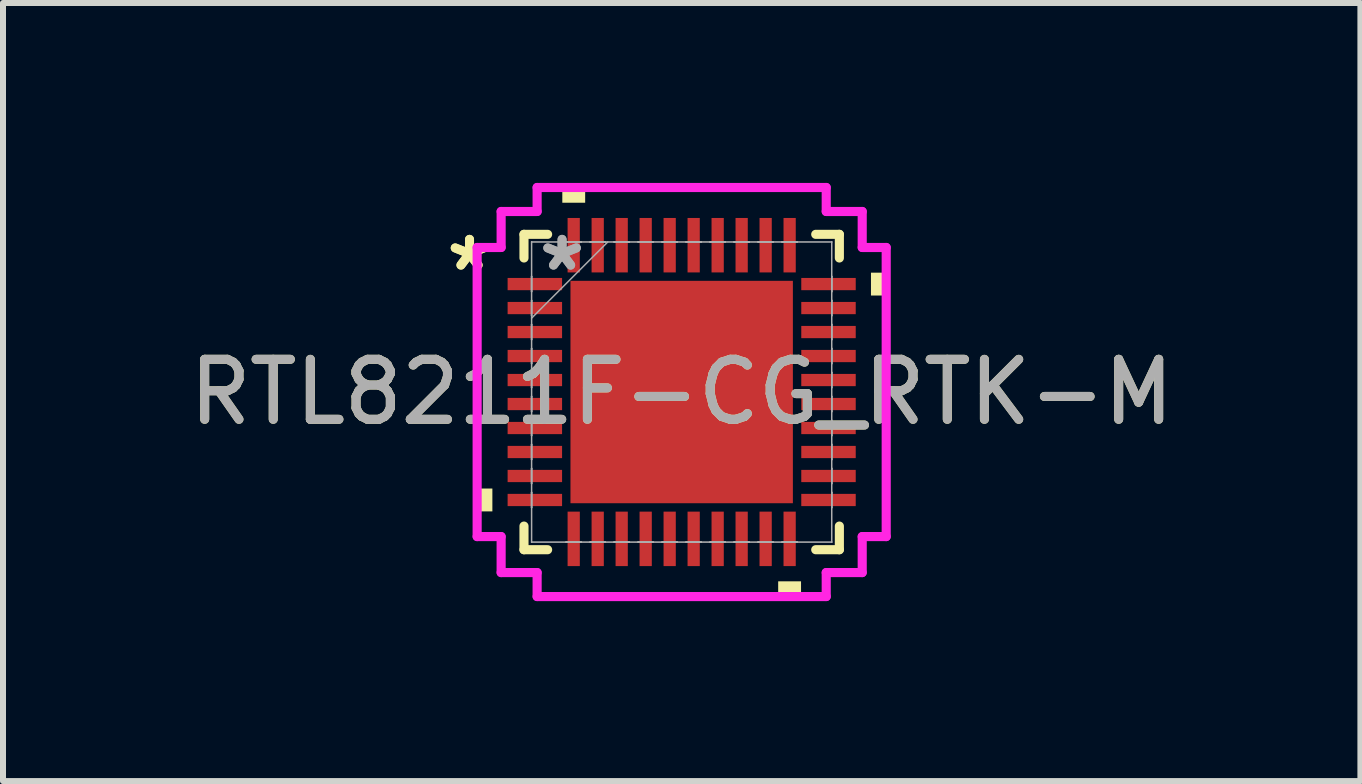
<source format=kicad_pcb>
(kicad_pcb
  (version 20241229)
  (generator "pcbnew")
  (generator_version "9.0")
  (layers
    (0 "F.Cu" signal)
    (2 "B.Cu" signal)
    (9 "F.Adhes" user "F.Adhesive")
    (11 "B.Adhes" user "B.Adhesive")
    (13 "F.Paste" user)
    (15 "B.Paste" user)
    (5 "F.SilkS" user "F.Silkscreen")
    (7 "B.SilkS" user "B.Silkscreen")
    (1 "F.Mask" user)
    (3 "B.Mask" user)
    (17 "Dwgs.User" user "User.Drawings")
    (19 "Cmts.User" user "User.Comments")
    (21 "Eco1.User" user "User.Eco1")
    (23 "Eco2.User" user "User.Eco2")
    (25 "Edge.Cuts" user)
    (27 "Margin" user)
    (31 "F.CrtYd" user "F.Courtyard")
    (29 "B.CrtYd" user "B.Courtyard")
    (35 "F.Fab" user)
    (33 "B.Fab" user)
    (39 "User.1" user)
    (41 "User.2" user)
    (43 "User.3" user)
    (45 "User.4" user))
  (footprint "RTL8211F-CG_RTK-M"
    (layer "F.Cu")
    (at 8.315 3.486)
    (property "Reference" "RTL8211F-CG_RTK-M" (at 0 0 0) (unlocked yes) (layer "F.SilkS") (effects (font (size 1 1) (thickness 0.15))))
    (attr smd)
    (fp_line (start -2.629 -2.629) (end -2.629 -2.235) (stroke (width 0.152) (type solid)) (layer "F.SilkS"))
    (fp_line (start -2.629 2.235) (end -2.629 2.629) (stroke (width 0.152) (type solid)) (layer "F.SilkS"))
    (fp_line (start -2.629 2.629) (end -2.235 2.629) (stroke (width 0.152) (type solid)) (layer "F.SilkS"))
    (fp_line (start -2.235 -2.629) (end -2.629 -2.629) (stroke (width 0.152) (type solid)) (layer "F.SilkS"))
    (fp_line (start 2.235 2.629) (end 2.629 2.629) (stroke (width 0.152) (type solid)) (layer "F.SilkS"))
    (fp_line (start 2.629 -2.629) (end 2.235 -2.629) (stroke (width 0.152) (type solid)) (layer "F.SilkS"))
    (fp_line (start 2.629 -2.235) (end 2.629 -2.629) (stroke (width 0.152) (type solid)) (layer "F.SilkS"))
    (fp_line (start 2.629 2.629) (end 2.629 2.235) (stroke (width 0.152) (type solid)) (layer "F.SilkS"))
    (fp_poly (pts (xy -3.41 1.609) (xy -3.41 1.99) (xy -3.156 1.99) (xy -3.156 1.609)) (stroke (width 0) (type solid)) (fill yes) (layer "F.SilkS"))
    (fp_poly (pts (xy -1.99 -3.156) (xy -1.99 -3.41) (xy -1.609 -3.41) (xy -1.609 -3.156)) (stroke (width 0) (type solid)) (fill yes) (layer "F.SilkS"))
    (fp_poly (pts (xy 1.609 3.156) (xy 1.609 3.41) (xy 1.99 3.41) (xy 1.99 3.156)) (stroke (width 0) (type solid)) (fill yes) (layer "F.SilkS"))
    (fp_poly (pts (xy 3.41 -1.99) (xy 3.41 -1.609) (xy 3.156 -1.609) (xy 3.156 -1.99)) (stroke (width 0) (type solid)) (fill yes) (layer "F.SilkS"))
    (fp_poly (pts (xy -1.754 -1.754) (xy -1.754 -0.1) (xy -0.1 -0.1) (xy -0.1 -1.754)) (stroke (width 0) (type solid)) (fill yes) (layer "F.Paste"))
    (fp_poly (pts (xy -1.754 0.1) (xy -1.754 1.754) (xy -0.1 1.754) (xy -0.1 0.1)) (stroke (width 0) (type solid)) (fill yes) (layer "F.Paste"))
    (fp_poly (pts (xy 0.1 -1.754) (xy 0.1 -0.1) (xy 1.754 -0.1) (xy 1.754 -1.754)) (stroke (width 0) (type solid)) (fill yes) (layer "F.Paste"))
    (fp_poly (pts (xy 0.1 0.1) (xy 0.1 1.754) (xy 1.754 1.754) (xy 1.754 0.1)) (stroke (width 0) (type solid)) (fill yes) (layer "F.Paste"))
    (fp_line (start -3.41 -2.41) (end -3.01 -2.41) (stroke (width 0.152) (type solid)) (layer "F.CrtYd"))
    (fp_line (start -3.41 2.41) (end -3.41 -2.41) (stroke (width 0.152) (type solid)) (layer "F.CrtYd"))
    (fp_line (start -3.01 -3.01) (end -2.41 -3.01) (stroke (width 0.152) (type solid)) (layer "F.CrtYd"))
    (fp_line (start -3.01 -2.41) (end -3.01 -3.01) (stroke (width 0.152) (type solid)) (layer "F.CrtYd"))
    (fp_line (start -3.01 2.41) (end -3.41 2.41) (stroke (width 0.152) (type solid)) (layer "F.CrtYd"))
    (fp_line (start -3.01 3.01) (end -3.01 2.41) (stroke (width 0.152) (type solid)) (layer "F.CrtYd"))
    (fp_line (start -2.41 -3.41) (end 2.41 -3.41) (stroke (width 0.152) (type solid)) (layer "F.CrtYd"))
    (fp_line (start -2.41 -3.01) (end -2.41 -3.41) (stroke (width 0.152) (type solid)) (layer "F.CrtYd"))
    (fp_line (start -2.41 3.01) (end -3.01 3.01) (stroke (width 0.152) (type solid)) (layer "F.CrtYd"))
    (fp_line (start -2.41 3.41) (end -2.41 3.01) (stroke (width 0.152) (type solid)) (layer "F.CrtYd"))
    (fp_line (start 2.41 -3.41) (end 2.41 -3.01) (stroke (width 0.152) (type solid)) (layer "F.CrtYd"))
    (fp_line (start 2.41 -3.01) (end 3.01 -3.01) (stroke (width 0.152) (type solid)) (layer "F.CrtYd"))
    (fp_line (start 2.41 3.01) (end 2.41 3.41) (stroke (width 0.152) (type solid)) (layer "F.CrtYd"))
    (fp_line (start 2.41 3.41) (end -2.41 3.41) (stroke (width 0.152) (type solid)) (layer "F.CrtYd"))
    (fp_line (start 3.01 -3.01) (end 3.01 -2.41) (stroke (width 0.152) (type solid)) (layer "F.CrtYd"))
    (fp_line (start 3.01 -2.41) (end 3.41 -2.41) (stroke (width 0.152) (type solid)) (layer "F.CrtYd"))
    (fp_line (start 3.01 2.41) (end 3.01 3.01) (stroke (width 0.152) (type solid)) (layer "F.CrtYd"))
    (fp_line (start 3.01 3.01) (end 2.41 3.01) (stroke (width 0.152) (type solid)) (layer "F.CrtYd"))
    (fp_line (start 3.41 -2.41) (end 3.41 2.41) (stroke (width 0.152) (type solid)) (layer "F.CrtYd"))
    (fp_line (start 3.41 2.41) (end 3.01 2.41) (stroke (width 0.152) (type solid)) (layer "F.CrtYd"))
    (fp_line (start -2.502 -2.502) (end -2.502 -2.502) (stroke (width 0.025) (type solid)) (layer "F.Fab"))
    (fp_line (start -2.502 -2.502) (end -2.502 2.502) (stroke (width 0.025) (type solid)) (layer "F.Fab"))
    (fp_line (start -2.502 -1.927) (end -2.502 -1.927) (stroke (width 0.025) (type solid)) (layer "F.Fab"))
    (fp_line (start -2.502 -1.927) (end -2.502 -1.673) (stroke (width 0.025) (type solid)) (layer "F.Fab"))
    (fp_line (start -2.502 -1.673) (end -2.502 -1.927) (stroke (width 0.025) (type solid)) (layer "F.Fab"))
    (fp_line (start -2.502 -1.673) (end -2.502 -1.673) (stroke (width 0.025) (type solid)) (layer "F.Fab"))
    (fp_line (start -2.502 -1.527) (end -2.502 -1.527) (stroke (width 0.025) (type solid)) (layer "F.Fab"))
    (fp_line (start -2.502 -1.527) (end -2.502 -1.273) (stroke (width 0.025) (type solid)) (layer "F.Fab"))
    (fp_line (start -2.502 -1.273) (end -2.502 -1.527) (stroke (width 0.025) (type solid)) (layer "F.Fab"))
    (fp_line (start -2.502 -1.273) (end -2.502 -1.273) (stroke (width 0.025) (type solid)) (layer "F.Fab"))
    (fp_line (start -2.502 -1.232) (end -1.232 -2.502) (stroke (width 0.025) (type solid)) (layer "F.Fab"))
    (fp_line (start -2.502 -1.127) (end -2.502 -1.127) (stroke (width 0.025) (type solid)) (layer "F.Fab"))
    (fp_line (start -2.502 -1.127) (end -2.502 -0.873) (stroke (width 0.025) (type solid)) (layer "F.Fab"))
    (fp_line (start -2.502 -0.873) (end -2.502 -1.127) (stroke (width 0.025) (type solid)) (layer "F.Fab"))
    (fp_line (start -2.502 -0.873) (end -2.502 -0.873) (stroke (width 0.025) (type solid)) (layer "F.Fab"))
    (fp_line (start -2.502 -0.727) (end -2.502 -0.727) (stroke (width 0.025) (type solid)) (layer "F.Fab"))
    (fp_line (start -2.502 -0.727) (end -2.502 -0.473) (stroke (width 0.025) (type solid)) (layer "F.Fab"))
    (fp_line (start -2.502 -0.473) (end -2.502 -0.727) (stroke (width 0.025) (type solid)) (layer "F.Fab"))
    (fp_line (start -2.502 -0.473) (end -2.502 -0.473) (stroke (width 0.025) (type solid)) (layer "F.Fab"))
    (fp_line (start -2.502 -0.327) (end -2.502 -0.327) (stroke (width 0.025) (type solid)) (layer "F.Fab"))
    (fp_line (start -2.502 -0.327) (end -2.502 -0.073) (stroke (width 0.025) (type solid)) (layer "F.Fab"))
    (fp_line (start -2.502 -0.073) (end -2.502 -0.327) (stroke (width 0.025) (type solid)) (layer "F.Fab"))
    (fp_line (start -2.502 -0.073) (end -2.502 -0.073) (stroke (width 0.025) (type solid)) (layer "F.Fab"))
    (fp_line (start -2.502 0.073) (end -2.502 0.073) (stroke (width 0.025) (type solid)) (layer "F.Fab"))
    (fp_line (start -2.502 0.073) (end -2.502 0.327) (stroke (width 0.025) (type solid)) (layer "F.Fab"))
    (fp_line (start -2.502 0.327) (end -2.502 0.073) (stroke (width 0.025) (type solid)) (layer "F.Fab"))
    (fp_line (start -2.502 0.327) (end -2.502 0.327) (stroke (width 0.025) (type solid)) (layer "F.Fab"))
    (fp_line (start -2.502 0.473) (end -2.502 0.473) (stroke (width 0.025) (type solid)) (layer "F.Fab"))
    (fp_line (start -2.502 0.473) (end -2.502 0.727) (stroke (width 0.025) (type solid)) (layer "F.Fab"))
    (fp_line (start -2.502 0.727) (end -2.502 0.473) (stroke (width 0.025) (type solid)) (layer "F.Fab"))
    (fp_line (start -2.502 0.727) (end -2.502 0.727) (stroke (width 0.025) (type solid)) (layer "F.Fab"))
    (fp_line (start -2.502 0.873) (end -2.502 0.873) (stroke (width 0.025) (type solid)) (layer "F.Fab"))
    (fp_line (start -2.502 0.873) (end -2.502 1.127) (stroke (width 0.025) (type solid)) (layer "F.Fab"))
    (fp_line (start -2.502 1.127) (end -2.502 0.873) (stroke (width 0.025) (type solid)) (layer "F.Fab"))
    (fp_line (start -2.502 1.127) (end -2.502 1.127) (stroke (width 0.025) (type solid)) (layer "F.Fab"))
    (fp_line (start -2.502 1.273) (end -2.502 1.273) (stroke (width 0.025) (type solid)) (layer "F.Fab"))
    (fp_line (start -2.502 1.273) (end -2.502 1.527) (stroke (width 0.025) (type solid)) (layer "F.Fab"))
    (fp_line (start -2.502 1.527) (end -2.502 1.273) (stroke (width 0.025) (type solid)) (layer "F.Fab"))
    (fp_line (start -2.502 1.527) (end -2.502 1.527) (stroke (width 0.025) (type solid)) (layer "F.Fab"))
    (fp_line (start -2.502 1.673) (end -2.502 1.673) (stroke (width 0.025) (type solid)) (layer "F.Fab"))
    (fp_line (start -2.502 1.673) (end -2.502 1.927) (stroke (width 0.025) (type solid)) (layer "F.Fab"))
    (fp_line (start -2.502 1.927) (end -2.502 1.673) (stroke (width 0.025) (type solid)) (layer "F.Fab"))
    (fp_line (start -2.502 1.927) (end -2.502 1.927) (stroke (width 0.025) (type solid)) (layer "F.Fab"))
    (fp_line (start -2.502 2.502) (end -2.502 2.502) (stroke (width 0.025) (type solid)) (layer "F.Fab"))
    (fp_line (start -2.502 2.502) (end 2.502 2.502) (stroke (width 0.025) (type solid)) (layer "F.Fab"))
    (fp_line (start -1.927 -2.502) (end -1.927 -2.502) (stroke (width 0.025) (type solid)) (layer "F.Fab"))
    (fp_line (start -1.927 -2.502) (end -1.673 -2.502) (stroke (width 0.025) (type solid)) (layer "F.Fab"))
    (fp_line (start -1.927 2.502) (end -1.927 2.502) (stroke (width 0.025) (type solid)) (layer "F.Fab"))
    (fp_line (start -1.927 2.502) (end -1.673 2.502) (stroke (width 0.025) (type solid)) (layer "F.Fab"))
    (fp_line (start -1.673 -2.502) (end -1.927 -2.502) (stroke (width 0.025) (type solid)) (layer "F.Fab"))
    (fp_line (start -1.673 -2.502) (end -1.673 -2.502) (stroke (width 0.025) (type solid)) (layer "F.Fab"))
    (fp_line (start -1.673 2.502) (end -1.927 2.502) (stroke (width 0.025) (type solid)) (layer "F.Fab"))
    (fp_line (start -1.673 2.502) (end -1.673 2.502) (stroke (width 0.025) (type solid)) (layer "F.Fab"))
    (fp_line (start -1.527 -2.502) (end -1.527 -2.502) (stroke (width 0.025) (type solid)) (layer "F.Fab"))
    (fp_line (start -1.527 -2.502) (end -1.273 -2.502) (stroke (width 0.025) (type solid)) (layer "F.Fab"))
    (fp_line (start -1.527 2.502) (end -1.527 2.502) (stroke (width 0.025) (type solid)) (layer "F.Fab"))
    (fp_line (start -1.527 2.502) (end -1.273 2.502) (stroke (width 0.025) (type solid)) (layer "F.Fab"))
    (fp_line (start -1.273 -2.502) (end -1.527 -2.502) (stroke (width 0.025) (type solid)) (layer "F.Fab"))
    (fp_line (start -1.273 -2.502) (end -1.273 -2.502) (stroke (width 0.025) (type solid)) (layer "F.Fab"))
    (fp_line (start -1.273 2.502) (end -1.527 2.502) (stroke (width 0.025) (type solid)) (layer "F.Fab"))
    (fp_line (start -1.273 2.502) (end -1.273 2.502) (stroke (width 0.025) (type solid)) (layer "F.Fab"))
    (fp_line (start -1.127 -2.502) (end -1.127 -2.502) (stroke (width 0.025) (type solid)) (layer "F.Fab"))
    (fp_line (start -1.127 -2.502) (end -0.873 -2.502) (stroke (width 0.025) (type solid)) (layer "F.Fab"))
    (fp_line (start -1.127 2.502) (end -1.127 2.502) (stroke (width 0.025) (type solid)) (layer "F.Fab"))
    (fp_line (start -1.127 2.502) (end -0.873 2.502) (stroke (width 0.025) (type solid)) (layer "F.Fab"))
    (fp_line (start -0.873 -2.502) (end -1.127 -2.502) (stroke (width 0.025) (type solid)) (layer "F.Fab"))
    (fp_line (start -0.873 -2.502) (end -0.873 -2.502) (stroke (width 0.025) (type solid)) (layer "F.Fab"))
    (fp_line (start -0.873 2.502) (end -1.127 2.502) (stroke (width 0.025) (type solid)) (layer "F.Fab"))
    (fp_line (start -0.873 2.502) (end -0.873 2.502) (stroke (width 0.025) (type solid)) (layer "F.Fab"))
    (fp_line (start -0.727 -2.502) (end -0.727 -2.502) (stroke (width 0.025) (type solid)) (layer "F.Fab"))
    (fp_line (start -0.727 -2.502) (end -0.473 -2.502) (stroke (width 0.025) (type solid)) (layer "F.Fab"))
    (fp_line (start -0.727 2.502) (end -0.727 2.502) (stroke (width 0.025) (type solid)) (layer "F.Fab"))
    (fp_line (start -0.727 2.502) (end -0.473 2.502) (stroke (width 0.025) (type solid)) (layer "F.Fab"))
    (fp_line (start -0.473 -2.502) (end -0.727 -2.502) (stroke (width 0.025) (type solid)) (layer "F.Fab"))
    (fp_line (start -0.473 -2.502) (end -0.473 -2.502) (stroke (width 0.025) (type solid)) (layer "F.Fab"))
    (fp_line (start -0.473 2.502) (end -0.727 2.502) (stroke (width 0.025) (type solid)) (layer "F.Fab"))
    (fp_line (start -0.473 2.502) (end -0.473 2.502) (stroke (width 0.025) (type solid)) (layer "F.Fab"))
    (fp_line (start -0.327 -2.502) (end -0.327 -2.502) (stroke (width 0.025) (type solid)) (layer "F.Fab"))
    (fp_line (start -0.327 -2.502) (end -0.073 -2.502) (stroke (width 0.025) (type solid)) (layer "F.Fab"))
    (fp_line (start -0.327 2.502) (end -0.327 2.502) (stroke (width 0.025) (type solid)) (layer "F.Fab"))
    (fp_line (start -0.327 2.502) (end -0.073 2.502) (stroke (width 0.025) (type solid)) (layer "F.Fab"))
    (fp_line (start -0.073 -2.502) (end -0.327 -2.502) (stroke (width 0.025) (type solid)) (layer "F.Fab"))
    (fp_line (start -0.073 -2.502) (end -0.073 -2.502) (stroke (width 0.025) (type solid)) (layer "F.Fab"))
    (fp_line (start -0.073 2.502) (end -0.327 2.502) (stroke (width 0.025) (type solid)) (layer "F.Fab"))
    (fp_line (start -0.073 2.502) (end -0.073 2.502) (stroke (width 0.025) (type solid)) (layer "F.Fab"))
    (fp_line (start 0.073 -2.502) (end 0.073 -2.502) (stroke (width 0.025) (type solid)) (layer "F.Fab"))
    (fp_line (start 0.073 -2.502) (end 0.327 -2.502) (stroke (width 0.025) (type solid)) (layer "F.Fab"))
    (fp_line (start 0.073 2.502) (end 0.073 2.502) (stroke (width 0.025) (type solid)) (layer "F.Fab"))
    (fp_line (start 0.073 2.502) (end 0.327 2.502) (stroke (width 0.025) (type solid)) (layer "F.Fab"))
    (fp_line (start 0.327 -2.502) (end 0.073 -2.502) (stroke (width 0.025) (type solid)) (layer "F.Fab"))
    (fp_line (start 0.327 -2.502) (end 0.327 -2.502) (stroke (width 0.025) (type solid)) (layer "F.Fab"))
    (fp_line (start 0.327 2.502) (end 0.073 2.502) (stroke (width 0.025) (type solid)) (layer "F.Fab"))
    (fp_line (start 0.327 2.502) (end 0.327 2.502) (stroke (width 0.025) (type solid)) (layer "F.Fab"))
    (fp_line (start 0.473 -2.502) (end 0.473 -2.502) (stroke (width 0.025) (type solid)) (layer "F.Fab"))
    (fp_line (start 0.473 -2.502) (end 0.727 -2.502) (stroke (width 0.025) (type solid)) (layer "F.Fab"))
    (fp_line (start 0.473 2.502) (end 0.473 2.502) (stroke (width 0.025) (type solid)) (layer "F.Fab"))
    (fp_line (start 0.473 2.502) (end 0.727 2.502) (stroke (width 0.025) (type solid)) (layer "F.Fab"))
    (fp_line (start 0.727 -2.502) (end 0.473 -2.502) (stroke (width 0.025) (type solid)) (layer "F.Fab"))
    (fp_line (start 0.727 -2.502) (end 0.727 -2.502) (stroke (width 0.025) (type solid)) (layer "F.Fab"))
    (fp_line (start 0.727 2.502) (end 0.473 2.502) (stroke (width 0.025) (type solid)) (layer "F.Fab"))
    (fp_line (start 0.727 2.502) (end 0.727 2.502) (stroke (width 0.025) (type solid)) (layer "F.Fab"))
    (fp_line (start 0.873 -2.502) (end 0.873 -2.502) (stroke (width 0.025) (type solid)) (layer "F.Fab"))
    (fp_line (start 0.873 -2.502) (end 1.127 -2.502) (stroke (width 0.025) (type solid)) (layer "F.Fab"))
    (fp_line (start 0.873 2.502) (end 0.873 2.502) (stroke (width 0.025) (type solid)) (layer "F.Fab"))
    (fp_line (start 0.873 2.502) (end 1.127 2.502) (stroke (width 0.025) (type solid)) (layer "F.Fab"))
    (fp_line (start 1.127 -2.502) (end 0.873 -2.502) (stroke (width 0.025) (type solid)) (layer "F.Fab"))
    (fp_line (start 1.127 -2.502) (end 1.127 -2.502) (stroke (width 0.025) (type solid)) (layer "F.Fab"))
    (fp_line (start 1.127 2.502) (end 0.873 2.502) (stroke (width 0.025) (type solid)) (layer "F.Fab"))
    (fp_line (start 1.127 2.502) (end 1.127 2.502) (stroke (width 0.025) (type solid)) (layer "F.Fab"))
    (fp_line (start 1.273 -2.502) (end 1.273 -2.502) (stroke (width 0.025) (type solid)) (layer "F.Fab"))
    (fp_line (start 1.273 -2.502) (end 1.527 -2.502) (stroke (width 0.025) (type solid)) (layer "F.Fab"))
    (fp_line (start 1.273 2.502) (end 1.273 2.502) (stroke (width 0.025) (type solid)) (layer "F.Fab"))
    (fp_line (start 1.273 2.502) (end 1.527 2.502) (stroke (width 0.025) (type solid)) (layer "F.Fab"))
    (fp_line (start 1.527 -2.502) (end 1.273 -2.502) (stroke (width 0.025) (type solid)) (layer "F.Fab"))
    (fp_line (start 1.527 -2.502) (end 1.527 -2.502) (stroke (width 0.025) (type solid)) (layer "F.Fab"))
    (fp_line (start 1.527 2.502) (end 1.273 2.502) (stroke (width 0.025) (type solid)) (layer "F.Fab"))
    (fp_line (start 1.527 2.502) (end 1.527 2.502) (stroke (width 0.025) (type solid)) (layer "F.Fab"))
    (fp_line (start 1.673 -2.502) (end 1.673 -2.502) (stroke (width 0.025) (type solid)) (layer "F.Fab"))
    (fp_line (start 1.673 -2.502) (end 1.927 -2.502) (stroke (width 0.025) (type solid)) (layer "F.Fab"))
    (fp_line (start 1.673 2.502) (end 1.673 2.502) (stroke (width 0.025) (type solid)) (layer "F.Fab"))
    (fp_line (start 1.673 2.502) (end 1.927 2.502) (stroke (width 0.025) (type solid)) (layer "F.Fab"))
    (fp_line (start 1.927 -2.502) (end 1.673 -2.502) (stroke (width 0.025) (type solid)) (layer "F.Fab"))
    (fp_line (start 1.927 -2.502) (end 1.927 -2.502) (stroke (width 0.025) (type solid)) (layer "F.Fab"))
    (fp_line (start 1.927 2.502) (end 1.673 2.502) (stroke (width 0.025) (type solid)) (layer "F.Fab"))
    (fp_line (start 1.927 2.502) (end 1.927 2.502) (stroke (width 0.025) (type solid)) (layer "F.Fab"))
    (fp_line (start 2.502 -2.502) (end -2.502 -2.502) (stroke (width 0.025) (type solid)) (layer "F.Fab"))
    (fp_line (start 2.502 -2.502) (end 2.502 -2.502) (stroke (width 0.025) (type solid)) (layer "F.Fab"))
    (fp_line (start 2.502 -1.927) (end 2.502 -1.927) (stroke (width 0.025) (type solid)) (layer "F.Fab"))
    (fp_line (start 2.502 -1.927) (end 2.502 -1.673) (stroke (width 0.025) (type solid)) (layer "F.Fab"))
    (fp_line (start 2.502 -1.673) (end 2.502 -1.927) (stroke (width 0.025) (type solid)) (layer "F.Fab"))
    (fp_line (start 2.502 -1.673) (end 2.502 -1.673) (stroke (width 0.025) (type solid)) (layer "F.Fab"))
    (fp_line (start 2.502 -1.527) (end 2.502 -1.527) (stroke (width 0.025) (type solid)) (layer "F.Fab"))
    (fp_line (start 2.502 -1.527) (end 2.502 -1.273) (stroke (width 0.025) (type solid)) (layer "F.Fab"))
    (fp_line (start 2.502 -1.273) (end 2.502 -1.527) (stroke (width 0.025) (type solid)) (layer "F.Fab"))
    (fp_line (start 2.502 -1.273) (end 2.502 -1.273) (stroke (width 0.025) (type solid)) (layer "F.Fab"))
    (fp_line (start 2.502 -1.127) (end 2.502 -1.127) (stroke (width 0.025) (type solid)) (layer "F.Fab"))
    (fp_line (start 2.502 -1.127) (end 2.502 -0.873) (stroke (width 0.025) (type solid)) (layer "F.Fab"))
    (fp_line (start 2.502 -0.873) (end 2.502 -1.127) (stroke (width 0.025) (type solid)) (layer "F.Fab"))
    (fp_line (start 2.502 -0.873) (end 2.502 -0.873) (stroke (width 0.025) (type solid)) (layer "F.Fab"))
    (fp_line (start 2.502 -0.727) (end 2.502 -0.727) (stroke (width 0.025) (type solid)) (layer "F.Fab"))
    (fp_line (start 2.502 -0.727) (end 2.502 -0.473) (stroke (width 0.025) (type solid)) (layer "F.Fab"))
    (fp_line (start 2.502 -0.473) (end 2.502 -0.727) (stroke (width 0.025) (type solid)) (layer "F.Fab"))
    (fp_line (start 2.502 -0.473) (end 2.502 -0.473) (stroke (width 0.025) (type solid)) (layer "F.Fab"))
    (fp_line (start 2.502 -0.327) (end 2.502 -0.327) (stroke (width 0.025) (type solid)) (layer "F.Fab"))
    (fp_line (start 2.502 -0.327) (end 2.502 -0.073) (stroke (width 0.025) (type solid)) (layer "F.Fab"))
    (fp_line (start 2.502 -0.073) (end 2.502 -0.327) (stroke (width 0.025) (type solid)) (layer "F.Fab"))
    (fp_line (start 2.502 -0.073) (end 2.502 -0.073) (stroke (width 0.025) (type solid)) (layer "F.Fab"))
    (fp_line (start 2.502 0.073) (end 2.502 0.073) (stroke (width 0.025) (type solid)) (layer "F.Fab"))
    (fp_line (start 2.502 0.073) (end 2.502 0.327) (stroke (width 0.025) (type solid)) (layer "F.Fab"))
    (fp_line (start 2.502 0.327) (end 2.502 0.073) (stroke (width 0.025) (type solid)) (layer "F.Fab"))
    (fp_line (start 2.502 0.327) (end 2.502 0.327) (stroke (width 0.025) (type solid)) (layer "F.Fab"))
    (fp_line (start 2.502 0.473) (end 2.502 0.473) (stroke (width 0.025) (type solid)) (layer "F.Fab"))
    (fp_line (start 2.502 0.473) (end 2.502 0.727) (stroke (width 0.025) (type solid)) (layer "F.Fab"))
    (fp_line (start 2.502 0.727) (end 2.502 0.473) (stroke (width 0.025) (type solid)) (layer "F.Fab"))
    (fp_line (start 2.502 0.727) (end 2.502 0.727) (stroke (width 0.025) (type solid)) (layer "F.Fab"))
    (fp_line (start 2.502 0.873) (end 2.502 0.873) (stroke (width 0.025) (type solid)) (layer "F.Fab"))
    (fp_line (start 2.502 0.873) (end 2.502 1.127) (stroke (width 0.025) (type solid)) (layer "F.Fab"))
    (fp_line (start 2.502 1.127) (end 2.502 0.873) (stroke (width 0.025) (type solid)) (layer "F.Fab"))
    (fp_line (start 2.502 1.127) (end 2.502 1.127) (stroke (width 0.025) (type solid)) (layer "F.Fab"))
    (fp_line (start 2.502 1.273) (end 2.502 1.273) (stroke (width 0.025) (type solid)) (layer "F.Fab"))
    (fp_line (start 2.502 1.273) (end 2.502 1.527) (stroke (width 0.025) (type solid)) (layer "F.Fab"))
    (fp_line (start 2.502 1.527) (end 2.502 1.273) (stroke (width 0.025) (type solid)) (layer "F.Fab"))
    (fp_line (start 2.502 1.527) (end 2.502 1.527) (stroke (width 0.025) (type solid)) (layer "F.Fab"))
    (fp_line (start 2.502 1.673) (end 2.502 1.673) (stroke (width 0.025) (type solid)) (layer "F.Fab"))
    (fp_line (start 2.502 1.673) (end 2.502 1.927) (stroke (width 0.025) (type solid)) (layer "F.Fab"))
    (fp_line (start 2.502 1.927) (end 2.502 1.673) (stroke (width 0.025) (type solid)) (layer "F.Fab"))
    (fp_line (start 2.502 1.927) (end 2.502 1.927) (stroke (width 0.025) (type solid)) (layer "F.Fab"))
    (fp_line (start 2.502 2.502) (end 2.502 -2.502) (stroke (width 0.025) (type solid)) (layer "F.Fab"))
    (fp_line (start 2.502 2.502) (end 2.502 2.502) (stroke (width 0.025) (type solid)) (layer "F.Fab"))
    (fp_text user "*" (at -3.537 -2 0) (layer "F.SilkS") (effects (font (size 1 1) (thickness 0.15))))
    (fp_text user "*" (at -3.537 -2 0) (unlocked yes) (layer "F.SilkS") (effects (font (size 1 1) (thickness 0.15))))
    (fp_text user "*" (at -1.994 -2 0) (layer "F.Fab") (effects (font (size 1 1) (thickness 0.15))))
    (fp_text user "${REFERENCE}" (at 0 0 0) (unlocked yes) (layer "F.Fab") (effects (font (size 1 1) (thickness 0.15))))
    (fp_text user "*" (at -1.994 -2 0) (unlocked yes) (layer "F.Fab") (effects (font (size 1 1) (thickness 0.15))))
    (pad "1" smd rect (at -2.448 -1.8 90) (size 0.204 0.908) (layers "F.Cu" "F.Mask" "F.Paste"))
    (pad "2" smd rect (at -2.448 -1.4 90) (size 0.204 0.908) (layers "F.Cu" "F.Mask" "F.Paste"))
    (pad "3" smd rect (at -2.448 -1 90) (size 0.204 0.908) (layers "F.Cu" "F.Mask" "F.Paste"))
    (pad "4" smd rect (at -2.448 -0.6 90) (size 0.204 0.908) (layers "F.Cu" "F.Mask" "F.Paste"))
    (pad "5" smd rect (at -2.448 -0.2 90) (size 0.204 0.908) (layers "F.Cu" "F.Mask" "F.Paste"))
    (pad "6" smd rect (at -2.448 0.2 90) (size 0.204 0.908) (layers "F.Cu" "F.Mask" "F.Paste"))
    (pad "7" smd rect (at -2.448 0.6 90) (size 0.204 0.908) (layers "F.Cu" "F.Mask" "F.Paste"))
    (pad "8" smd rect (at -2.448 1 90) (size 0.204 0.908) (layers "F.Cu" "F.Mask" "F.Paste"))
    (pad "9" smd rect (at -2.448 1.4 90) (size 0.204 0.908) (layers "F.Cu" "F.Mask" "F.Paste"))
    (pad "10" smd rect (at -2.448 1.8 90) (size 0.204 0.908) (layers "F.Cu" "F.Mask" "F.Paste"))
    (pad "11" smd rect (at -1.8 2.448) (size 0.204 0.908) (layers "F.Cu" "F.Mask" "F.Paste"))
    (pad "12" smd rect (at -1.4 2.448) (size 0.204 0.908) (layers "F.Cu" "F.Mask" "F.Paste"))
    (pad "13" smd rect (at -1 2.448) (size 0.204 0.908) (layers "F.Cu" "F.Mask" "F.Paste"))
    (pad "14" smd rect (at -0.6 2.448) (size 0.204 0.908) (layers "F.Cu" "F.Mask" "F.Paste"))
    (pad "15" smd rect (at -0.2 2.448) (size 0.204 0.908) (layers "F.Cu" "F.Mask" "F.Paste"))
    (pad "16" smd rect (at 0.2 2.448) (size 0.204 0.908) (layers "F.Cu" "F.Mask" "F.Paste"))
    (pad "17" smd rect (at 0.6 2.448) (size 0.204 0.908) (layers "F.Cu" "F.Mask" "F.Paste"))
    (pad "18" smd rect (at 1 2.448) (size 0.204 0.908) (layers "F.Cu" "F.Mask" "F.Paste"))
    (pad "19" smd rect (at 1.4 2.448) (size 0.204 0.908) (layers "F.Cu" "F.Mask" "F.Paste"))
    (pad "20" smd rect (at 1.8 2.448) (size 0.204 0.908) (layers "F.Cu" "F.Mask" "F.Paste"))
    (pad "21" smd rect (at 2.448 1.8 90) (size 0.204 0.908) (layers "F.Cu" "F.Mask" "F.Paste"))
    (pad "22" smd rect (at 2.448 1.4 90) (size 0.204 0.908) (layers "F.Cu" "F.Mask" "F.Paste"))
    (pad "23" smd rect (at 2.448 1 90) (size 0.204 0.908) (layers "F.Cu" "F.Mask" "F.Paste"))
    (pad "24" smd rect (at 2.448 0.6 90) (size 0.204 0.908) (layers "F.Cu" "F.Mask" "F.Paste"))
    (pad "25" smd rect (at 2.448 0.2 90) (size 0.204 0.908) (layers "F.Cu" "F.Mask" "F.Paste"))
    (pad "26" smd rect (at 2.448 -0.2 90) (size 0.204 0.908) (layers "F.Cu" "F.Mask" "F.Paste"))
    (pad "27" smd rect (at 2.448 -0.6 90) (size 0.204 0.908) (layers "F.Cu" "F.Mask" "F.Paste"))
    (pad "28" smd rect (at 2.448 -1 90) (size 0.204 0.908) (layers "F.Cu" "F.Mask" "F.Paste"))
    (pad "29" smd rect (at 2.448 -1.4 90) (size 0.204 0.908) (layers "F.Cu" "F.Mask" "F.Paste"))
    (pad "30" smd rect (at 2.448 -1.8 90) (size 0.204 0.908) (layers "F.Cu" "F.Mask" "F.Paste"))
    (pad "31" smd rect (at 1.8 -2.448) (size 0.204 0.908) (layers "F.Cu" "F.Mask" "F.Paste"))
    (pad "32" smd rect (at 1.4 -2.448) (size 0.204 0.908) (layers "F.Cu" "F.Mask" "F.Paste"))
    (pad "33" smd rect (at 1 -2.448) (size 0.204 0.908) (layers "F.Cu" "F.Mask" "F.Paste"))
    (pad "34" smd rect (at 0.6 -2.448) (size 0.204 0.908) (layers "F.Cu" "F.Mask" "F.Paste"))
    (pad "35" smd rect (at 0.2 -2.448) (size 0.204 0.908) (layers "F.Cu" "F.Mask" "F.Paste"))
    (pad "36" smd rect (at -0.2 -2.448) (size 0.204 0.908) (layers "F.Cu" "F.Mask" "F.Paste"))
    (pad "37" smd rect (at -0.6 -2.448) (size 0.204 0.908) (layers "F.Cu" "F.Mask" "F.Paste"))
    (pad "38" smd rect (at -1 -2.448) (size 0.204 0.908) (layers "F.Cu" "F.Mask" "F.Paste"))
    (pad "39" smd rect (at -1.4 -2.448) (size 0.204 0.908) (layers "F.Cu" "F.Mask" "F.Paste"))
    (pad "40" smd rect (at -1.8 -2.448) (size 0.204 0.908) (layers "F.Cu" "F.Mask" "F.Paste"))
    (pad "41" smd rect (at 0 0) (size 3.708 3.708) (layers "F.Cu" "F.Mask")))
  (gr_rect
    (start -3 -3)
    (end 19.631 9.972)
    (stroke (width 0.1) (type default))
    (fill no)
    (layer "Edge.Cuts")))
</source>
